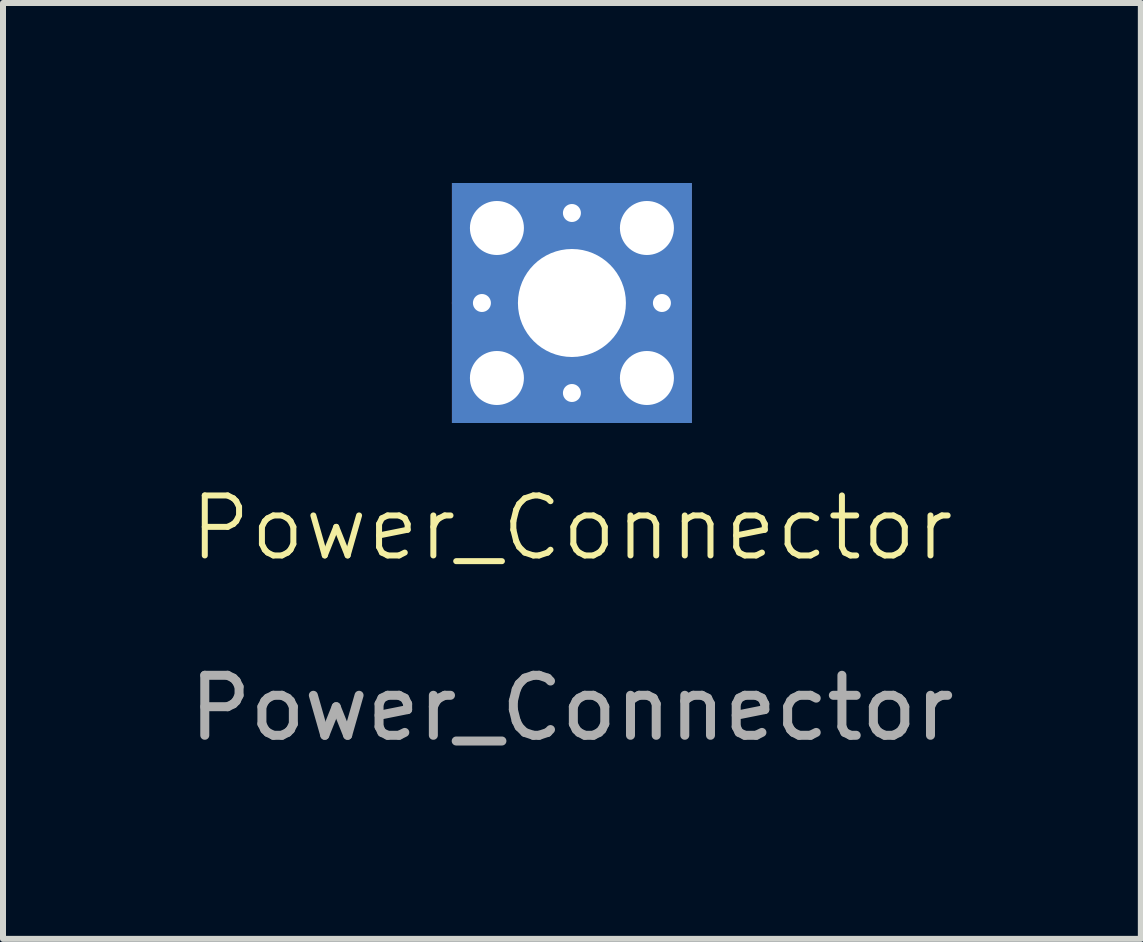
<source format=kicad_pcb>
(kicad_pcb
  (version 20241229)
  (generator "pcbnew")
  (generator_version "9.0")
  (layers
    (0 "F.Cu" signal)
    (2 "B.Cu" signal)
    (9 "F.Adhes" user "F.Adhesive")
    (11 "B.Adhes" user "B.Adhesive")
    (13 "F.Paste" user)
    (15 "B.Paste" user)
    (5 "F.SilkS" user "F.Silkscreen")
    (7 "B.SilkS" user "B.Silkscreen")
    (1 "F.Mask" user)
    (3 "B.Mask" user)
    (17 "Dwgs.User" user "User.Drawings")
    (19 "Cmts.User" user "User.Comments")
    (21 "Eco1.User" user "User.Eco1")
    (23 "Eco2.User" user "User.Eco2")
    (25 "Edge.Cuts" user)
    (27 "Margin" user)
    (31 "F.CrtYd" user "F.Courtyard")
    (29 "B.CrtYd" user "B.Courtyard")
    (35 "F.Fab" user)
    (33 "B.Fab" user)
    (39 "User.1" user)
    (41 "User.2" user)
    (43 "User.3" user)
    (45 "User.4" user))
  (footprint "Power_Connector"
    (layer "F.Cu")
    (at 6.482 2)
    (property "Reference" "Power_Connector" (at 0 3.75 0) (unlocked yes) (layer "F.SilkS") (effects (font (size 1 1) (thickness 0.1))))
    (attr smd)
    (fp_text user "${REFERENCE}" (at 0 6.75 0) (unlocked yes) (layer "F.Fab") (effects (font (size 1 1) (thickness 0.15))))
    (pad "1" thru_hole circle (at -1.5 0) (size 1 1) (drill 0.3) (layers "*.Cu" "*.Mask"))
    (pad "1" thru_hole circle (at -1.25 -1.25) (size 1 1) (drill 0.9) (layers "*.Cu" "*.Mask"))
    (pad "1" thru_hole circle (at -1.25 1.25) (size 1 1) (drill 0.9) (layers "*.Cu" "*.Mask"))
    (pad "1" thru_hole circle (at 0 -1.5) (size 1 1) (drill 0.3) (layers "*.Cu" "*.Mask"))
    (pad "1" thru_hole rect (at 0 0) (size 4 4) (drill 1.8) (layers "*.Cu" "*.Mask"))
    (pad "1" thru_hole circle (at 0 1.5) (size 1 1) (drill 0.3) (layers "*.Cu" "*.Mask"))
    (pad "1" thru_hole circle (at 1.25 -1.25) (size 1 1) (drill 0.9) (layers "*.Cu" "*.Mask"))
    (pad "1" thru_hole circle (at 1.25 1.25) (size 1 1) (drill 0.9) (layers "*.Cu" "*.Mask"))
    (pad "1" thru_hole circle (at 1.5 0) (size 1 1) (drill 0.3) (layers "*.Cu" "*.Mask")))
  (gr_rect
    (start -3 -3)
    (end 15.964 12.598)
    (stroke (width 0.1) (type default))
    (fill no)
    (layer "Edge.Cuts")))
</source>
